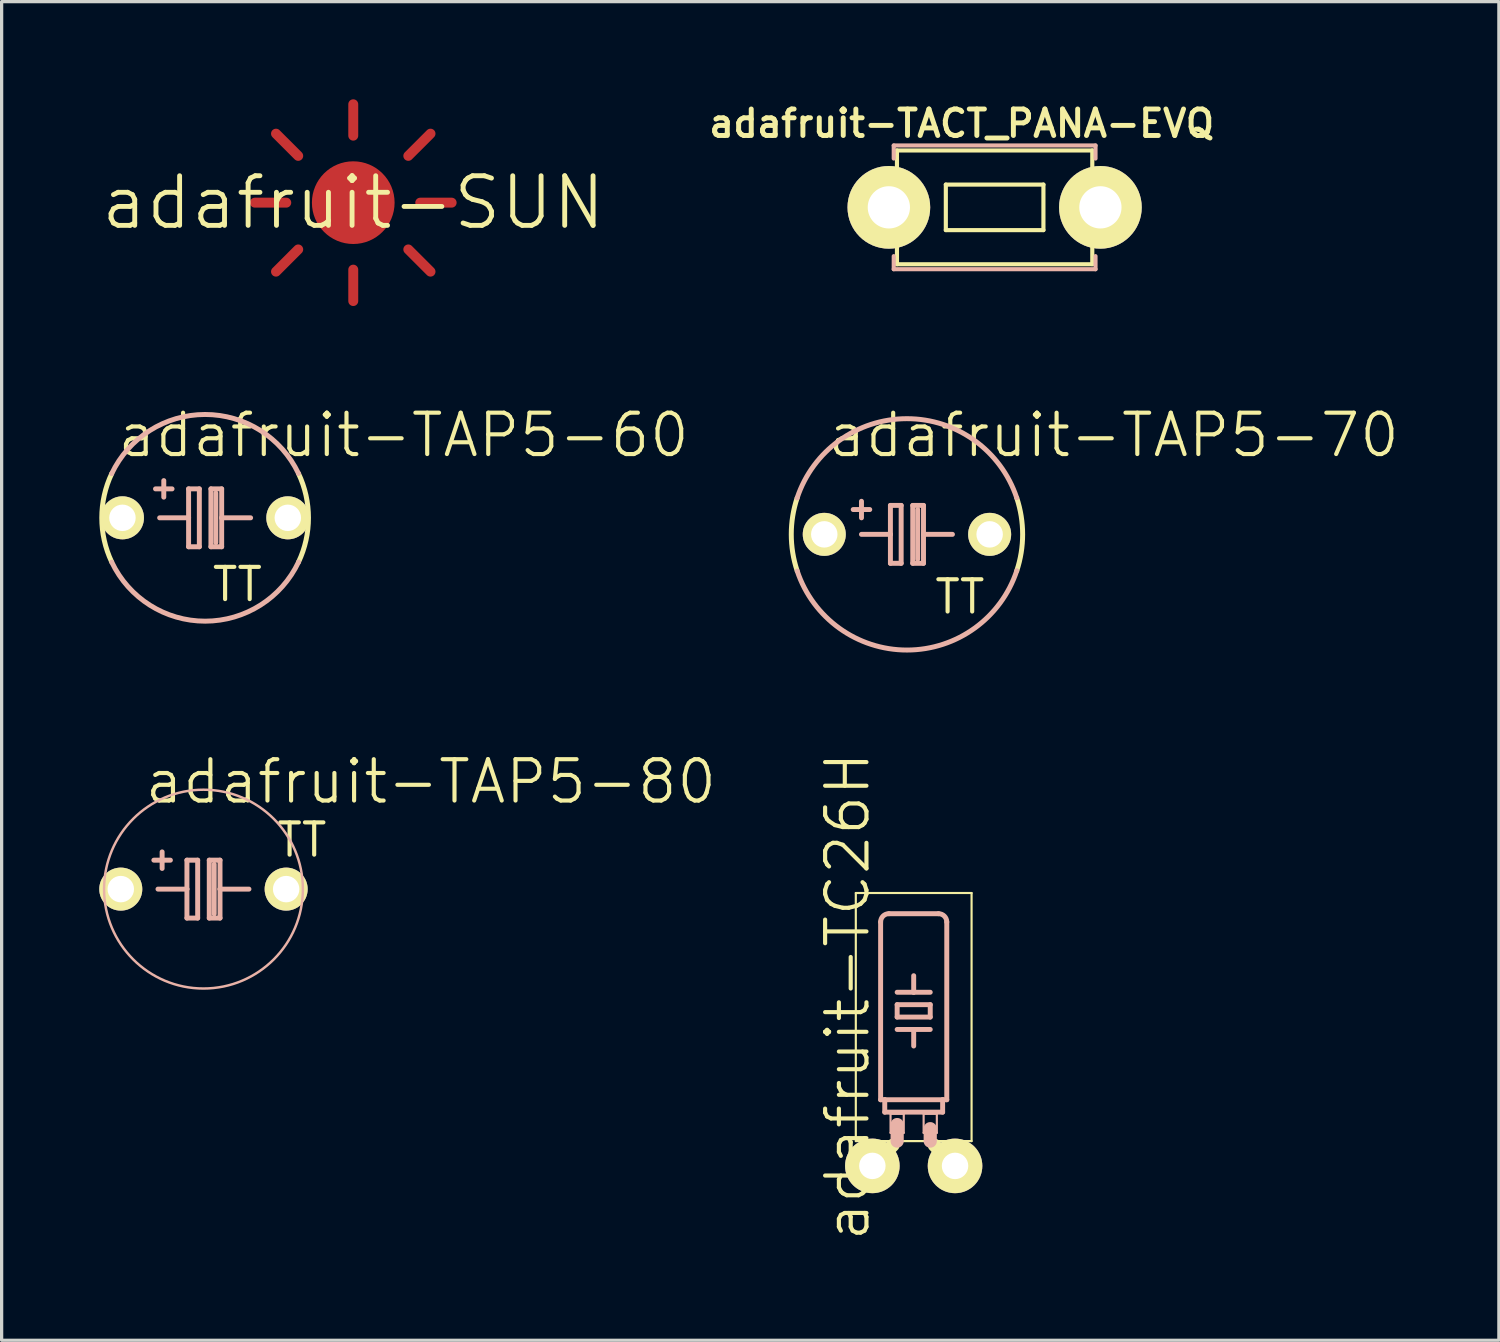
<source format=kicad_pcb>
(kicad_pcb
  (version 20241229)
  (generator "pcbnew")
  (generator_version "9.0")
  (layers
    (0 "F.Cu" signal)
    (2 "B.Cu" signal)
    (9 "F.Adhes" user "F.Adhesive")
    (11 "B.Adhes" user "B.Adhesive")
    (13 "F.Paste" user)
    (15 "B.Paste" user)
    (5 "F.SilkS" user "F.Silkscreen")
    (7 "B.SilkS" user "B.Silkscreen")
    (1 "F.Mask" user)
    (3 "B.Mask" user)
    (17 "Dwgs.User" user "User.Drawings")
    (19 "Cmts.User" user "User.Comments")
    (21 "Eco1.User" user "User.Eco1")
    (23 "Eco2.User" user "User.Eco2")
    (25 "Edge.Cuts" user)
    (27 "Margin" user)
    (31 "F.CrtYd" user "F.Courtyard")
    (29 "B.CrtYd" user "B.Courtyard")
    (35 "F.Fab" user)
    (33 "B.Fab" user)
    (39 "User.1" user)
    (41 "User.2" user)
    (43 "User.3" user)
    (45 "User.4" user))
  (footprint "adafruit-TAP5-60"
    (layer "F.Cu")
    (at 3.251 12.856)
    (property "Reference" "adafruit-TAP5-60" (at 6.096 -2.54 0) (layer "F.SilkS") (effects (font (size 1.27 1.27) (thickness 0.127))))
    (attr exclude_from_pos_files exclude_from_bom)
    (fp_arc (start -2.8702 1.35636) (mid -3.174549 -0.000341) (end -2.869908 -1.356977) (stroke (width 0.1524) (type solid)) (layer "F.SilkS"))
    (fp_arc (start 2.8702 -1.35636) (mid 3.174549 0.000341) (end 2.869908 1.356977) (stroke (width 0.1524) (type solid)) (layer "F.SilkS"))
    (fp_line (start -1.397 0) (end -0.508 0) (stroke (width 0.152) (type solid)) (layer "B.SilkS"))
    (fp_line (start -1.27 -0.635) (end -1.27 -1.143) (stroke (width 0.152) (type solid)) (layer "B.SilkS"))
    (fp_line (start -1.016 -0.889) (end -1.524 -0.889) (stroke (width 0.152) (type solid)) (layer "B.SilkS"))
    (fp_line (start -0.508 -0.889) (end -0.508 0) (stroke (width 0.152) (type solid)) (layer "B.SilkS"))
    (fp_line (start -0.508 0) (end -0.508 0.889) (stroke (width 0.152) (type solid)) (layer "B.SilkS"))
    (fp_line (start -0.508 0.889) (end -0.178 0.889) (stroke (width 0.152) (type solid)) (layer "B.SilkS"))
    (fp_line (start -0.178 -0.889) (end -0.508 -0.889) (stroke (width 0.152) (type solid)) (layer "B.SilkS"))
    (fp_line (start -0.178 0.889) (end -0.178 -0.889) (stroke (width 0.152) (type solid)) (layer "B.SilkS"))
    (fp_line (start 0.178 -0.889) (end 0.178 0.889) (stroke (width 0.152) (type solid)) (layer "B.SilkS"))
    (fp_line (start 0.178 0.889) (end 0.508 0.889) (stroke (width 0.152) (type solid)) (layer "B.SilkS"))
    (fp_line (start 0.33 0.762) (end 0.33 -0.762) (stroke (width 0.152) (type solid)) (layer "B.SilkS"))
    (fp_line (start 0.508 -0.889) (end 0.178 -0.889) (stroke (width 0.152) (type solid)) (layer "B.SilkS"))
    (fp_line (start 0.508 0) (end 0.508 -0.889) (stroke (width 0.152) (type solid)) (layer "B.SilkS"))
    (fp_line (start 0.508 0) (end 1.397 0) (stroke (width 0.152) (type solid)) (layer "B.SilkS"))
    (fp_line (start 0.508 0.889) (end 0.508 0) (stroke (width 0.152) (type solid)) (layer "B.SilkS"))
    (fp_arc (start -2.8702 -1.35636) (mid -0.003112 -3.174547) (end 2.867536 -1.361984) (stroke (width 0.1524) (type solid)) (layer "B.SilkS"))
    (fp_arc (start 2.8702 1.35636) (mid 0.003112 3.174547) (end -2.867536 1.361984) (stroke (width 0.1524) (type solid)) (layer "B.SilkS"))
    (fp_text user "TT" (at 0.991 2.045 0) (layer "F.SilkS") (effects (font (size 0.991 0.991) (thickness 0.127))))
    (pad "+" thru_hole circle (at -2.54 0) (size 1.321 1.321) (drill 0.813) (layers "*.Cu" "F.Mask" "F.SilkS" "F.Paste"))
    (pad "-" thru_hole circle (at 2.54 0) (size 1.321 1.321) (drill 0.813) (layers "*.Cu" "F.Mask" "F.SilkS" "F.Paste")))
  (footprint "adafruit-SUN"
    (layer "F.Cu")
    (at 7.801 3.175)
    (property "Reference" "adafruit-SUN" (at 0 0 0) (layer "F.SilkS") (effects (font (size 1.524 1.524) (thickness 0.15))))
    (attr smd)
    (pad "P$1" smd circle (at 0 0) (size 2.54 2.54) (layers "F.Cu" "F.Mask" "F.Paste"))
    (pad "P$2" smd oval (at 0 -2.54 90) (size 1.27 0.305) (layers "F.Cu" "F.Mask" "F.Paste"))
    (pad "P$3" smd oval (at 0 2.54 90) (size 1.27 0.305) (layers "F.Cu" "F.Mask" "F.Paste"))
    (pad "P$4" smd oval (at 2.54 0 180) (size 1.27 0.305) (layers "F.Cu" "F.Mask" "F.Paste"))
    (pad "P$5" smd oval (at -2.54 0 180) (size 1.27 0.305) (layers "F.Cu" "F.Mask" "F.Paste"))
    (pad "P$6" smd oval (at 2.032 -1.778 45) (size 1.27 0.305) (layers "F.Cu" "F.Mask" "F.Paste"))
    (pad "P$7" smd oval (at 2.032 1.778 135) (size 1.27 0.305) (layers "F.Cu" "F.Mask" "F.Paste"))
    (pad "P$8" smd oval (at -2.032 1.778 225) (size 1.27 0.305) (layers "F.Cu" "F.Mask" "F.Paste"))
    (pad "P$9" smd oval (at -2.032 -1.778 315) (size 1.27 0.305) (layers "F.Cu" "F.Mask" "F.Paste")))
  (footprint "adafruit-TC26H"
    (layer "F.Cu")
    (at 25.016 32.763)
    (property "Reference" "adafruit-TC26H" (at -2.032 -5.207 90) (layer "F.SilkS") (effects (font (size 1.27 1.27) (thickness 0.127))))
    (attr exclude_from_pos_files exclude_from_bom)
    (fp_line (start -1.778 -8.382) (end 1.778 -8.382) (stroke (width 0.066) (type solid)) (layer "F.SilkS"))
    (fp_line (start -1.778 -0.762) (end -1.778 -8.382) (stroke (width 0.066) (type solid)) (layer "F.SilkS"))
    (fp_line (start -1.778 -0.762) (end 1.778 -0.762) (stroke (width 0.066) (type solid)) (layer "F.SilkS"))
    (fp_line (start -0.635 -0.635) (end -1.27 0) (stroke (width 0.406) (type solid)) (layer "F.SilkS"))
    (fp_line (start 0.635 -0.635) (end 1.27 0) (stroke (width 0.406) (type solid)) (layer "F.SilkS"))
    (fp_line (start 1.778 -0.762) (end 1.778 -8.382) (stroke (width 0.066) (type solid)) (layer "F.SilkS"))
    (fp_line (start -1.016 -2.032) (end -1.016 -7.493) (stroke (width 0.152) (type solid)) (layer "B.SilkS"))
    (fp_line (start -1.016 -2.032) (end -0.889 -2.032) (stroke (width 0.152) (type solid)) (layer "B.SilkS"))
    (fp_line (start -0.889 -1.651) (end -0.889 -2.032) (stroke (width 0.152) (type solid)) (layer "B.SilkS"))
    (fp_line (start -0.889 -1.651) (end 0.889 -1.651) (stroke (width 0.152) (type solid)) (layer "B.SilkS"))
    (fp_line (start -0.762 -7.747) (end 0.762 -7.747) (stroke (width 0.152) (type solid)) (layer "B.SilkS"))
    (fp_line (start -0.711 -1.6) (end -0.305 -1.6) (stroke (width 0.066) (type solid)) (layer "B.SilkS"))
    (fp_line (start -0.711 -1.016) (end -0.711 -1.6) (stroke (width 0.066) (type solid)) (layer "B.SilkS"))
    (fp_line (start -0.711 -1.016) (end -0.305 -1.016) (stroke (width 0.066) (type solid)) (layer "B.SilkS"))
    (fp_line (start -0.508 -5.334) (end 0 -5.334) (stroke (width 0.152) (type solid)) (layer "B.SilkS"))
    (fp_line (start -0.508 -4.953) (end -0.508 -4.572) (stroke (width 0.152) (type solid)) (layer "B.SilkS"))
    (fp_line (start -0.508 -4.953) (end 0.508 -4.953) (stroke (width 0.152) (type solid)) (layer "B.SilkS"))
    (fp_line (start -0.508 -4.191) (end 0 -4.191) (stroke (width 0.152) (type solid)) (layer "B.SilkS"))
    (fp_line (start -0.508 -0.762) (end -0.508 -1.27) (stroke (width 0.406) (type solid)) (layer "B.SilkS"))
    (fp_line (start -0.305 -1.016) (end -0.305 -1.6) (stroke (width 0.066) (type solid)) (layer "B.SilkS"))
    (fp_line (start 0 -5.334) (end 0 -5.842) (stroke (width 0.152) (type solid)) (layer "B.SilkS"))
    (fp_line (start 0 -5.334) (end 0.508 -5.334) (stroke (width 0.152) (type solid)) (layer "B.SilkS"))
    (fp_line (start 0 -4.191) (end 0 -3.683) (stroke (width 0.152) (type solid)) (layer "B.SilkS"))
    (fp_line (start 0 -4.191) (end 0.508 -4.191) (stroke (width 0.152) (type solid)) (layer "B.SilkS"))
    (fp_line (start 0.305 -1.6) (end 0.711 -1.6) (stroke (width 0.066) (type solid)) (layer "B.SilkS"))
    (fp_line (start 0.305 -1.016) (end 0.305 -1.6) (stroke (width 0.066) (type solid)) (layer "B.SilkS"))
    (fp_line (start 0.305 -1.016) (end 0.711 -1.016) (stroke (width 0.066) (type solid)) (layer "B.SilkS"))
    (fp_line (start 0.508 -4.572) (end -0.508 -4.572) (stroke (width 0.152) (type solid)) (layer "B.SilkS"))
    (fp_line (start 0.508 -4.572) (end 0.508 -4.953) (stroke (width 0.152) (type solid)) (layer "B.SilkS"))
    (fp_line (start 0.508 -0.762) (end 0.508 -1.143) (stroke (width 0.406) (type solid)) (layer "B.SilkS"))
    (fp_line (start 0.711 -1.016) (end 0.711 -1.6) (stroke (width 0.066) (type solid)) (layer "B.SilkS"))
    (fp_line (start 0.889 -2.032) (end -0.889 -2.032) (stroke (width 0.152) (type solid)) (layer "B.SilkS"))
    (fp_line (start 0.889 -1.651) (end 0.889 -2.032) (stroke (width 0.152) (type solid)) (layer "B.SilkS"))
    (fp_line (start 1.016 -2.032) (end 0.889 -2.032) (stroke (width 0.152) (type solid)) (layer "B.SilkS"))
    (fp_line (start 1.016 -2.032) (end 1.016 -7.493) (stroke (width 0.152) (type solid)) (layer "B.SilkS"))
    (fp_arc (start -1.016 -7.493) (mid -0.941605 -7.672605) (end -0.762 -7.747) (stroke (width 0.1524) (type solid)) (layer "B.SilkS"))
    (fp_arc (start 0.762 -7.747) (mid 0.941605 -7.672605) (end 1.016 -7.493) (stroke (width 0.1524) (type solid)) (layer "B.SilkS"))
    (pad "1" thru_hole circle (at -1.27 0) (size 1.676 1.676) (drill 0.813) (layers "*.Cu" "F.Mask" "F.SilkS" "F.Paste"))
    (pad "2" thru_hole circle (at 1.27 0) (size 1.676 1.676) (drill 0.813) (layers "*.Cu" "F.Mask" "F.SilkS" "F.Paste")))
  (footprint "adafruit-TAP5-80"
    (layer "F.Cu")
    (at 3.2 24.261)
    (property "Reference" "adafruit-TAP5-80" (at 6.985 -3.302 0) (layer "F.SilkS") (effects (font (size 1.27 1.27) (thickness 0.127))))
    (attr exclude_from_pos_files exclude_from_bom)
    (fp_line (start -1.397 0) (end -0.508 0) (stroke (width 0.152) (type solid)) (layer "B.SilkS"))
    (fp_line (start -1.27 -0.635) (end -1.27 -1.143) (stroke (width 0.152) (type solid)) (layer "B.SilkS"))
    (fp_line (start -1.016 -0.889) (end -1.524 -0.889) (stroke (width 0.152) (type solid)) (layer "B.SilkS"))
    (fp_line (start -0.508 -0.889) (end -0.508 0) (stroke (width 0.152) (type solid)) (layer "B.SilkS"))
    (fp_line (start -0.508 0) (end -0.508 0.889) (stroke (width 0.152) (type solid)) (layer "B.SilkS"))
    (fp_line (start -0.508 0.889) (end -0.178 0.889) (stroke (width 0.152) (type solid)) (layer "B.SilkS"))
    (fp_line (start -0.178 -0.889) (end -0.508 -0.889) (stroke (width 0.152) (type solid)) (layer "B.SilkS"))
    (fp_line (start -0.178 0.889) (end -0.178 -0.889) (stroke (width 0.152) (type solid)) (layer "B.SilkS"))
    (fp_line (start 0.178 -0.889) (end 0.178 0.889) (stroke (width 0.152) (type solid)) (layer "B.SilkS"))
    (fp_line (start 0.178 0.889) (end 0.508 0.889) (stroke (width 0.152) (type solid)) (layer "B.SilkS"))
    (fp_line (start 0.33 0.762) (end 0.33 -0.762) (stroke (width 0.152) (type solid)) (layer "B.SilkS"))
    (fp_line (start 0.508 -0.889) (end 0.178 -0.889) (stroke (width 0.152) (type solid)) (layer "B.SilkS"))
    (fp_line (start 0.508 0) (end 0.508 -0.889) (stroke (width 0.152) (type solid)) (layer "B.SilkS"))
    (fp_line (start 0.508 0) (end 1.397 0) (stroke (width 0.152) (type solid)) (layer "B.SilkS"))
    (fp_line (start 0.508 0.889) (end 0.508 0) (stroke (width 0.152) (type solid)) (layer "B.SilkS"))
    (fp_circle (center 0 0) (end -2.159 2.159) (stroke (width 0.076) (type solid)) (fill no) (layer "B.SilkS"))
    (fp_text user "TT" (at 3.023 -1.511 0) (layer "F.SilkS") (effects (font (size 0.991 0.991) (thickness 0.127))))
    (pad "+" thru_hole circle (at -2.54 0) (size 1.321 1.321) (drill 0.813) (layers "*.Cu" "F.Mask" "F.SilkS" "F.Paste"))
    (pad "-" thru_hole circle (at 2.54 0) (size 1.321 1.321) (drill 0.813) (layers "*.Cu" "F.Mask" "F.SilkS" "F.Paste")))
  (footprint "adafruit-TAP5-70"
    (layer "F.Cu")
    (at 24.809 13.364)
    (property "Reference" "adafruit-TAP5-70" (at 6.35 -3.048 0) (layer "F.SilkS") (effects (font (size 1.27 1.27) (thickness 0.127))))
    (attr exclude_from_pos_files exclude_from_bom)
    (fp_arc (start -3.37312 1.1176) (mid -3.553444 -0.001157) (end -3.372391 -1.119797) (stroke (width 0.1524) (type solid)) (layer "F.SilkS"))
    (fp_arc (start 3.37312 -1.1176) (mid 3.553444 0.001157) (end 3.372391 1.119797) (stroke (width 0.1524) (type solid)) (layer "F.SilkS"))
    (fp_line (start -1.397 -0.508) (end -1.397 -1.016) (stroke (width 0.152) (type solid)) (layer "B.SilkS"))
    (fp_line (start -1.397 0) (end -0.508 0) (stroke (width 0.152) (type solid)) (layer "B.SilkS"))
    (fp_line (start -1.143 -0.762) (end -1.651 -0.762) (stroke (width 0.152) (type solid)) (layer "B.SilkS"))
    (fp_line (start -0.508 -0.889) (end -0.508 0) (stroke (width 0.152) (type solid)) (layer "B.SilkS"))
    (fp_line (start -0.508 0) (end -0.508 0.889) (stroke (width 0.152) (type solid)) (layer "B.SilkS"))
    (fp_line (start -0.508 0.889) (end -0.178 0.889) (stroke (width 0.152) (type solid)) (layer "B.SilkS"))
    (fp_line (start -0.178 -0.889) (end -0.508 -0.889) (stroke (width 0.152) (type solid)) (layer "B.SilkS"))
    (fp_line (start -0.178 0.889) (end -0.178 -0.889) (stroke (width 0.152) (type solid)) (layer "B.SilkS"))
    (fp_line (start 0.178 -0.889) (end 0.178 0.889) (stroke (width 0.152) (type solid)) (layer "B.SilkS"))
    (fp_line (start 0.178 0.889) (end 0.508 0.889) (stroke (width 0.152) (type solid)) (layer "B.SilkS"))
    (fp_line (start 0.33 0.762) (end 0.33 -0.762) (stroke (width 0.152) (type solid)) (layer "B.SilkS"))
    (fp_line (start 0.508 -0.889) (end 0.178 -0.889) (stroke (width 0.152) (type solid)) (layer "B.SilkS"))
    (fp_line (start 0.508 0) (end 0.508 -0.889) (stroke (width 0.152) (type solid)) (layer "B.SilkS"))
    (fp_line (start 0.508 0) (end 1.397 0) (stroke (width 0.152) (type solid)) (layer "B.SilkS"))
    (fp_line (start 0.508 0.889) (end 0.508 0) (stroke (width 0.152) (type solid)) (layer "B.SilkS"))
    (fp_arc (start -3.37312 -1.1176) (mid -0.004258 -3.553442) (end 3.370432 -1.125681) (stroke (width 0.1524) (type solid)) (layer "B.SilkS"))
    (fp_arc (start 3.37312 1.1176) (mid 0.004258 3.553442) (end -3.370432 1.125681) (stroke (width 0.1524) (type solid)) (layer "B.SilkS"))
    (fp_text user "TT" (at 1.626 1.918 0) (layer "F.SilkS") (effects (font (size 0.991 0.991) (thickness 0.127))))
    (pad "+" thru_hole circle (at -2.54 0) (size 1.321 1.321) (drill 0.813) (layers "*.Cu" "F.Mask" "F.SilkS" "F.Paste"))
    (pad "-" thru_hole circle (at 2.54 0) (size 1.321 1.321) (drill 0.813) (layers "*.Cu" "F.Mask" "F.SilkS" "F.Paste")))
  (footprint "adafruit-TACT_PANA-EVQ"
    (layer "F.Cu")
    (at 27.502 3.319)
    (property "Reference" "adafruit-TACT_PANA-EVQ" (at -1.011 -2.576 0) (layer "F.SilkS") (effects (font (size 0.813 0.813) (thickness 0.152))))
    (attr exclude_from_pos_files exclude_from_bom)
    (fp_line (start -3.95 -0.498) (end -3 -0.498) (stroke (width 0.127) (type solid)) (layer "F.SilkS"))
    (fp_line (start -3.95 0) (end -3.95 -0.498) (stroke (width 0.127) (type solid)) (layer "F.SilkS"))
    (fp_line (start -3.95 0.498) (end -3.95 0) (stroke (width 0.127) (type solid)) (layer "F.SilkS"))
    (fp_line (start -3 -1.748) (end 3 -1.748) (stroke (width 0.127) (type solid)) (layer "F.SilkS"))
    (fp_line (start -3 -0.498) (end -3 -1.748) (stroke (width 0.127) (type solid)) (layer "F.SilkS"))
    (fp_line (start -3 -0.498) (end -3 0.498) (stroke (width 0.127) (type solid)) (layer "F.SilkS"))
    (fp_line (start -3 0.498) (end -3.95 0.498) (stroke (width 0.127) (type solid)) (layer "F.SilkS"))
    (fp_line (start -3 0.498) (end -3 -0.498) (stroke (width 0.127) (type solid)) (layer "F.SilkS"))
    (fp_line (start -3 1.748) (end -3 0.498) (stroke (width 0.127) (type solid)) (layer "F.SilkS"))
    (fp_line (start -1.499 -0.699) (end 1.499 -0.699) (stroke (width 0.127) (type solid)) (layer "F.SilkS"))
    (fp_line (start -1.499 0.699) (end -1.499 -0.699) (stroke (width 0.127) (type solid)) (layer "F.SilkS"))
    (fp_line (start 1.499 -0.699) (end 1.499 0.699) (stroke (width 0.127) (type solid)) (layer "F.SilkS"))
    (fp_line (start 1.499 0.699) (end -1.499 0.699) (stroke (width 0.127) (type solid)) (layer "F.SilkS"))
    (fp_line (start 3 -1.748) (end 3 -0.498) (stroke (width 0.127) (type solid)) (layer "F.SilkS"))
    (fp_line (start 3 -0.498) (end 3 0.498) (stroke (width 0.127) (type solid)) (layer "F.SilkS"))
    (fp_line (start 3 -0.498) (end 3 0.498) (stroke (width 0.127) (type solid)) (layer "F.SilkS"))
    (fp_line (start 3 0.498) (end 3 1.748) (stroke (width 0.127) (type solid)) (layer "F.SilkS"))
    (fp_line (start 3 0.498) (end 3.95 0.498) (stroke (width 0.127) (type solid)) (layer "F.SilkS"))
    (fp_line (start 3 1.748) (end -3 1.748) (stroke (width 0.127) (type solid)) (layer "F.SilkS"))
    (fp_line (start 3.95 -0.498) (end 3 -0.498) (stroke (width 0.127) (type solid)) (layer "F.SilkS"))
    (fp_line (start 3.95 -0.498) (end 3 -0.498) (stroke (width 0.127) (type solid)) (layer "F.SilkS"))
    (fp_line (start 3.95 0.498) (end 3.95 -0.498) (stroke (width 0.127) (type solid)) (layer "F.SilkS"))
    (fp_line (start -3.099 -1.9) (end 3.099 -1.9) (stroke (width 0.127) (type solid)) (layer "B.SilkS"))
    (fp_line (start -3.099 -1.499) (end -3.099 -1.9) (stroke (width 0.127) (type solid)) (layer "B.SilkS"))
    (fp_line (start -3.099 1.499) (end -3.099 1.9) (stroke (width 0.127) (type solid)) (layer "B.SilkS"))
    (fp_line (start -3.099 1.9) (end 3.099 1.9) (stroke (width 0.127) (type solid)) (layer "B.SilkS"))
    (fp_line (start 3.099 -1.9) (end 3.099 -1.499) (stroke (width 0.127) (type solid)) (layer "B.SilkS"))
    (fp_line (start 3.099 1.9) (end 3.099 1.499) (stroke (width 0.127) (type solid)) (layer "B.SilkS"))
    (pad "P$1" thru_hole circle (at -3.249 0) (size 2.54 2.54) (drill 1.298) (layers "*.Cu" "F.Mask" "F.SilkS" "F.Paste"))
    (pad "P$2" thru_hole circle (at 3.249 0) (size 2.54 2.54) (drill 1.298) (layers "*.Cu" "F.Mask" "F.SilkS" "F.Paste")))
  (gr_rect
    (start -3 -3)
    (end 42.991 38.119)
    (stroke (width 0.1) (type default))
    (fill no)
    (layer "Edge.Cuts")))
</source>
